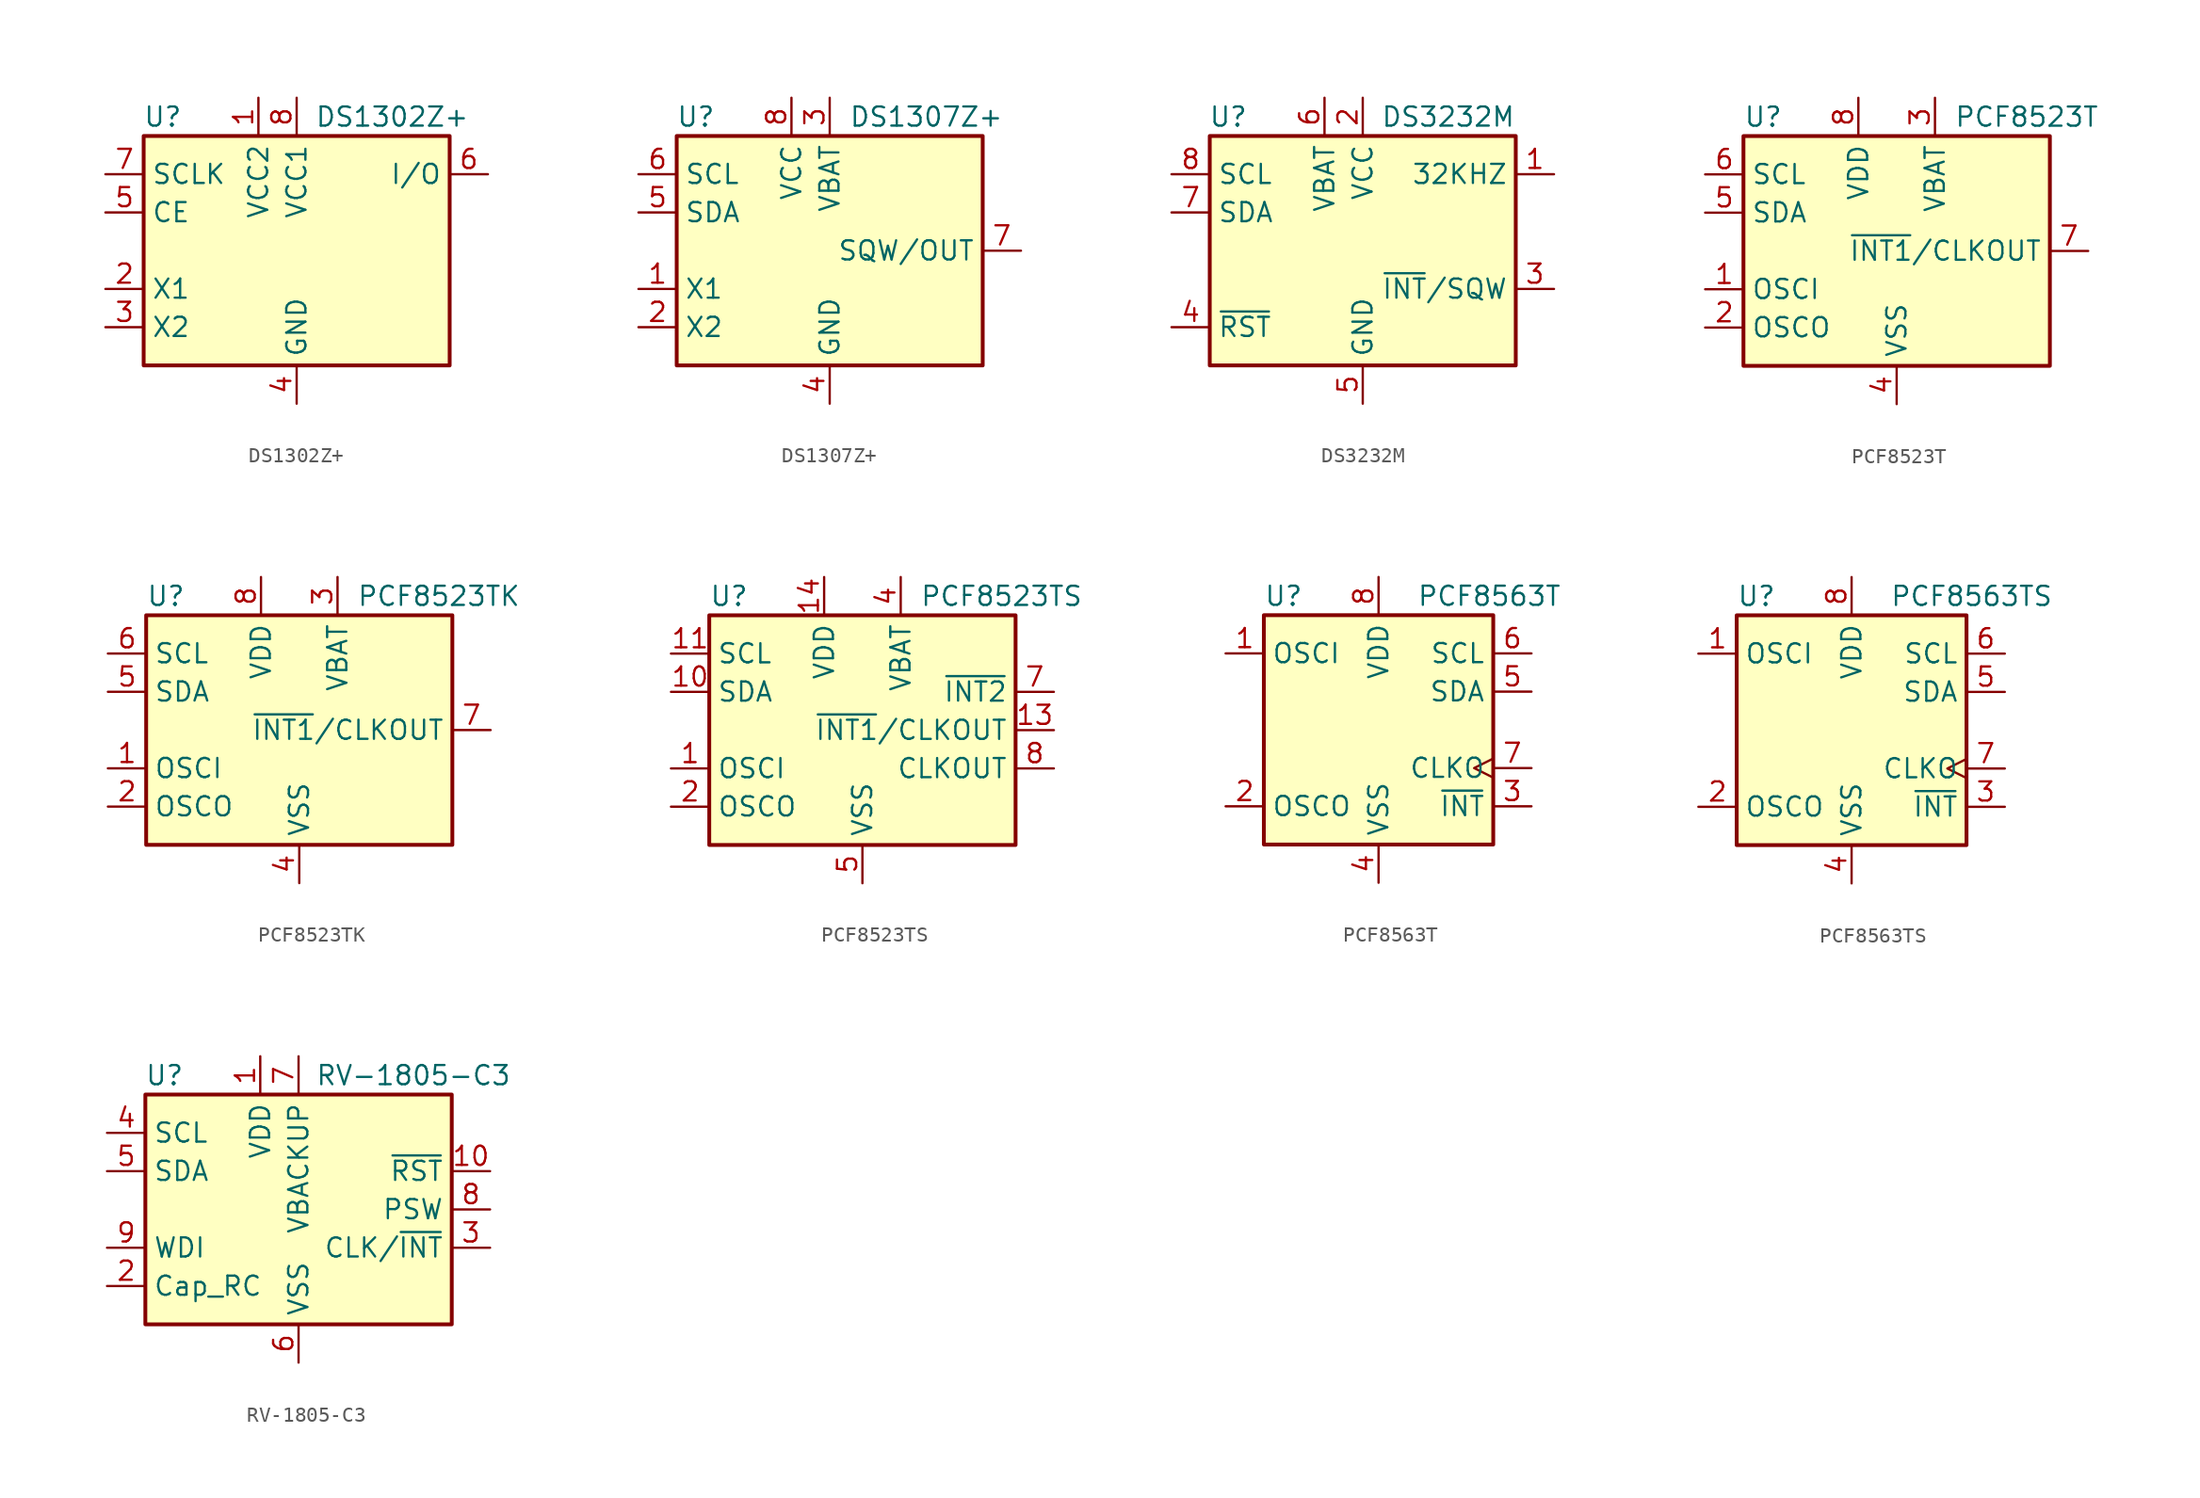
<source format=kicad_sym>
(kicad_symbol_lib
  (version 20201005)
  (generator kicad_symbol_editor)
  (symbol "DS1302Z+"
    (property "Reference" "U"
      (at -8.89 8.89 0)
      (effects (font (size 1.27 1.27))))
    (property "Value" "DS1302Z+"
      (at 6.35 8.89 0)
      (effects (font (size 1.27 1.27))))
    (symbol "DS1302Z+_1_1"
      (rectangle (start -10.16 7.62) (end 10.16 -7.62) (stroke (width 0.254)) (fill (type background)))
      (pin power_in line (at -2.54 10.16 270) (length 2.54) (name "VCC2" (effects (font (size 1.27 1.27)))) (number "1" (effects (font (size 1.27 1.27)))))
      (pin input line (at -12.7 -2.54 0) (length 2.54) (name "X1" (effects (font (size 1.27 1.27)))) (number "2" (effects (font (size 1.27 1.27)))))
      (pin input line (at -12.7 -5.08 0) (length 2.54) (name "X2" (effects (font (size 1.27 1.27)))) (number "3" (effects (font (size 1.27 1.27)))))
      (pin power_in line (at 0 -10.16 90) (length 2.54) (name "GND" (effects (font (size 1.27 1.27)))) (number "4" (effects (font (size 1.27 1.27)))))
      (pin input line (at -12.7 2.54 0) (length 2.54) (name "CE" (effects (font (size 1.27 1.27)))) (number "5" (effects (font (size 1.27 1.27)))))
      (pin bidirectional line (at 12.7 5.08 180) (length 2.54) (name "I/O" (effects (font (size 1.27 1.27)))) (number "6" (effects (font (size 1.27 1.27)))))
      (pin input line (at -12.7 5.08 0) (length 2.54) (name "SCLK" (effects (font (size 1.27 1.27)))) (number "7" (effects (font (size 1.27 1.27)))))
      (pin power_in line (at 0 10.16 270) (length 2.54) (name "VCC1" (effects (font (size 1.27 1.27)))) (number "8" (effects (font (size 1.27 1.27)))))))
  (symbol "DS1307Z+"
    (property "Reference" "U"
      (at -8.89 8.89 0)
      (effects (font (size 1.27 1.27))))
    (property "Value" "DS1307Z+"
      (at 1.27 8.89 0)
      (effects (font (size 1.27 1.27)) (justify left)))
    (symbol "DS1307Z+_0_1"
      (rectangle (start -10.16 7.62) (end 10.16 -7.62) (stroke (width 0.254)) (fill (type background))))
    (symbol "DS1307Z+_1_1"
      (pin input line (at -12.7 -2.54 0) (length 2.54) (name "X1" (effects (font (size 1.27 1.27)))) (number "1" (effects (font (size 1.27 1.27)))))
      (pin input line (at -12.7 -5.08 0) (length 2.54) (name "X2" (effects (font (size 1.27 1.27)))) (number "2" (effects (font (size 1.27 1.27)))))
      (pin power_in line (at 0 10.16 270) (length 2.54) (name "VBAT" (effects (font (size 1.27 1.27)))) (number "3" (effects (font (size 1.27 1.27)))))
      (pin power_in line (at 0 -10.16 90) (length 2.54) (name "GND" (effects (font (size 1.27 1.27)))) (number "4" (effects (font (size 1.27 1.27)))))
      (pin bidirectional line (at -12.7 2.54 0) (length 2.54) (name "SDA" (effects (font (size 1.27 1.27)))) (number "5" (effects (font (size 1.27 1.27)))))
      (pin input line (at -12.7 5.08 0) (length 2.54) (name "SCL" (effects (font (size 1.27 1.27)))) (number "6" (effects (font (size 1.27 1.27)))))
      (pin open_collector line (at 12.7 0 180) (length 2.54) (name "SQW/OUT" (effects (font (size 1.27 1.27)))) (number "7" (effects (font (size 1.27 1.27)))))
      (pin power_in line (at -2.54 10.16 270) (length 2.54) (name "VCC" (effects (font (size 1.27 1.27)))) (number "8" (effects (font (size 1.27 1.27)))))))
  (symbol "DS3232M"
    (property "Reference" "U"
      (at -7.62 8.89 0)
      (effects (font (size 1.27 1.27)) (justify right)))
    (property "Value" "DS3232M"
      (at 10.16 8.89 0)
      (effects (font (size 1.27 1.27)) (justify right)))
    (symbol "DS3232M_0_1"
      (rectangle (start -10.16 7.62) (end 10.16 -7.62) (stroke (width 0.254)) (fill (type background))))
    (symbol "DS3232M_1_1"
      (pin output line (at 12.7 5.08 180) (length 2.54) (name "32KHZ" (effects (font (size 1.27 1.27)))) (number "1" (effects (font (size 1.27 1.27)))))
      (pin power_in line (at 0 10.16 270) (length 2.54) (name "VCC" (effects (font (size 1.27 1.27)))) (number "2" (effects (font (size 1.27 1.27)))))
      (pin open_collector line (at 12.7 -2.54 180) (length 2.54) (name "~INT~/SQW" (effects (font (size 1.27 1.27)))) (number "3" (effects (font (size 1.27 1.27)))))
      (pin bidirectional line (at -12.7 -5.08 0) (length 2.54) (name "~RST" (effects (font (size 1.27 1.27)))) (number "4" (effects (font (size 1.27 1.27)))))
      (pin power_in line (at 0 -10.16 90) (length 2.54) (name "GND" (effects (font (size 1.27 1.27)))) (number "5" (effects (font (size 1.27 1.27)))))
      (pin power_in line (at -2.54 10.16 270) (length 2.54) (name "VBAT" (effects (font (size 1.27 1.27)))) (number "6" (effects (font (size 1.27 1.27)))))
      (pin bidirectional line (at -12.7 2.54 0) (length 2.54) (name "SDA" (effects (font (size 1.27 1.27)))) (number "7" (effects (font (size 1.27 1.27)))))
      (pin input line (at -12.7 5.08 0) (length 2.54) (name "SCL" (effects (font (size 1.27 1.27)))) (number "8" (effects (font (size 1.27 1.27)))))))
  (symbol "PCF8523T"
    (property "Reference" "U"
      (at -10.16 8.89 0)
      (effects (font (size 1.27 1.27)) (justify left)))
    (property "Value" "PCF8523T"
      (at 3.81 8.89 0)
      (effects (font (size 1.27 1.27)) (justify left)))
    (symbol "PCF8523T_0_1"
      (rectangle (start -10.16 7.62) (end 10.16 -7.62) (stroke (width 0.254)) (fill (type background))))
    (symbol "PCF8523T_1_1"
      (pin input line (at -12.7 -2.54 0) (length 2.54) (name "OSCI" (effects (font (size 1.27 1.27)))) (number "1" (effects (font (size 1.27 1.27)))))
      (pin output line (at -12.7 -5.08 0) (length 2.54) (name "OSCO" (effects (font (size 1.27 1.27)))) (number "2" (effects (font (size 1.27 1.27)))))
      (pin power_in line (at 2.54 10.16 270) (length 2.54) (name "VBAT" (effects (font (size 1.27 1.27)))) (number "3" (effects (font (size 1.27 1.27)))))
      (pin power_in line (at 0 -10.16 90) (length 2.54) (name "VSS" (effects (font (size 1.27 1.27)))) (number "4" (effects (font (size 1.27 1.27)))))
      (pin bidirectional line (at -12.7 2.54 0) (length 2.54) (name "SDA" (effects (font (size 1.27 1.27)))) (number "5" (effects (font (size 1.27 1.27)))))
      (pin input line (at -12.7 5.08 0) (length 2.54) (name "SCL" (effects (font (size 1.27 1.27)))) (number "6" (effects (font (size 1.27 1.27)))))
      (pin open_collector line (at 12.7 0 180) (length 2.54) (name "~INT1~/CLKOUT" (effects (font (size 1.27 1.27)))) (number "7" (effects (font (size 1.27 1.27)))))
      (pin power_in line (at -2.54 10.16 270) (length 2.54) (name "VDD" (effects (font (size 1.27 1.27)))) (number "8" (effects (font (size 1.27 1.27)))))))
  (symbol "PCF8523TK"
    (property "Reference" "U"
      (at -10.16 8.89 0)
      (effects (font (size 1.27 1.27)) (justify left)))
    (property "Value" "PCF8523TK"
      (at 3.81 8.89 0)
      (effects (font (size 1.27 1.27)) (justify left)))
    (symbol "PCF8523TK_0_1"
      (rectangle (start -10.16 7.62) (end 10.16 -7.62) (stroke (width 0.254)) (fill (type background))))
    (symbol "PCF8523TK_1_1"
      (pin input line (at -12.7 -2.54 0) (length 2.54) (name "OSCI" (effects (font (size 1.27 1.27)))) (number "1" (effects (font (size 1.27 1.27)))))
      (pin output line (at -12.7 -5.08 0) (length 2.54) (name "OSCO" (effects (font (size 1.27 1.27)))) (number "2" (effects (font (size 1.27 1.27)))))
      (pin power_in line (at 2.54 10.16 270) (length 2.54) (name "VBAT" (effects (font (size 1.27 1.27)))) (number "3" (effects (font (size 1.27 1.27)))))
      (pin power_in line (at 0 -10.16 90) (length 2.54) (name "VSS" (effects (font (size 1.27 1.27)))) (number "4" (effects (font (size 1.27 1.27)))))
      (pin bidirectional line (at -12.7 2.54 0) (length 2.54) (name "SDA" (effects (font (size 1.27 1.27)))) (number "5" (effects (font (size 1.27 1.27)))))
      (pin input line (at -12.7 5.08 0) (length 2.54) (name "SCL" (effects (font (size 1.27 1.27)))) (number "6" (effects (font (size 1.27 1.27)))))
      (pin open_collector line (at 12.7 0 180) (length 2.54) (name "~INT1~/CLKOUT" (effects (font (size 1.27 1.27)))) (number "7" (effects (font (size 1.27 1.27)))))
      (pin power_in line (at -2.54 10.16 270) (length 2.54) (name "VDD" (effects (font (size 1.27 1.27)))) (number "8" (effects (font (size 1.27 1.27)))))
      (pin passive line (at 0 -10.16 90) (length 2.54) hide (name "VSS" (effects (font (size 1.27 1.27)))) (number "9" (effects (font (size 1.27 1.27)))))))
  (symbol "PCF8523TS"
    (property "Reference" "U"
      (at -10.16 8.89 0)
      (effects (font (size 1.27 1.27)) (justify left)))
    (property "Value" "PCF8523TS"
      (at 3.81 8.89 0)
      (effects (font (size 1.27 1.27)) (justify left)))
    (symbol "PCF8523TS_0_1"
      (rectangle (start -10.16 7.62) (end 10.16 -7.62) (stroke (width 0.254)) (fill (type background))))
    (symbol "PCF8523TS_1_1"
      (pin input line (at -12.7 -2.54 0) (length 2.54) (name "OSCI" (effects (font (size 1.27 1.27)))) (number "1" (effects (font (size 1.27 1.27)))))
      (pin bidirectional line (at -12.7 2.54 0) (length 2.54) (name "SDA" (effects (font (size 1.27 1.27)))) (number "10" (effects (font (size 1.27 1.27)))))
      (pin input line (at -12.7 5.08 0) (length 2.54) (name "SCL" (effects (font (size 1.27 1.27)))) (number "11" (effects (font (size 1.27 1.27)))))
      (pin no_connect line (at 5.08 -7.62 90) (length 2.54) hide (name "NC" (effects (font (size 1.27 1.27)))) (number "12" (effects (font (size 1.27 1.27)))))
      (pin output line (at 12.7 0 180) (length 2.54) (name "~INT1~/CLKOUT" (effects (font (size 1.27 1.27)))) (number "13" (effects (font (size 1.27 1.27)))))
      (pin power_in line (at -2.54 10.16 270) (length 2.54) (name "VDD" (effects (font (size 1.27 1.27)))) (number "14" (effects (font (size 1.27 1.27)))))
      (pin output line (at -12.7 -5.08 0) (length 2.54) (name "OSCO" (effects (font (size 1.27 1.27)))) (number "2" (effects (font (size 1.27 1.27)))))
      (pin no_connect line (at -5.08 -7.62 90) (length 2.54) hide (name "NC" (effects (font (size 1.27 1.27)))) (number "3" (effects (font (size 1.27 1.27)))))
      (pin power_in line (at 2.54 10.16 270) (length 2.54) (name "VBAT" (effects (font (size 1.27 1.27)))) (number "4" (effects (font (size 1.27 1.27)))))
      (pin power_in line (at 0 -10.16 90) (length 2.54) (name "VSS" (effects (font (size 1.27 1.27)))) (number "5" (effects (font (size 1.27 1.27)))))
      (pin no_connect line (at -2.54 -7.62 90) (length 2.54) hide (name "NC" (effects (font (size 1.27 1.27)))) (number "6" (effects (font (size 1.27 1.27)))))
      (pin open_collector line (at 12.7 2.54 180) (length 2.54) (name "~INT2" (effects (font (size 1.27 1.27)))) (number "7" (effects (font (size 1.27 1.27)))))
      (pin open_collector line (at 12.7 -2.54 180) (length 2.54) (name "CLKOUT" (effects (font (size 1.27 1.27)))) (number "8" (effects (font (size 1.27 1.27)))))
      (pin no_connect line (at 2.54 -7.62 90) (length 2.54) hide (name "NC" (effects (font (size 1.27 1.27)))) (number "9" (effects (font (size 1.27 1.27)))))))
  (symbol "PCF8563T"
    (property "Reference" "U"
      (at -7.62 8.89 0)
      (effects (font (size 1.27 1.27)) (justify left)))
    (property "Value" "PCF8563T"
      (at 2.54 8.89 0)
      (effects (font (size 1.27 1.27)) (justify left)))
    (symbol "PCF8563T_0_1"
      (rectangle (start -7.62 7.62) (end 7.62 -7.62) (stroke (width 0.254)) (fill (type background))))
    (symbol "PCF8563T_1_1"
      (pin input line (at -10.16 5.08 0) (length 2.54) (name "OSCI" (effects (font (size 1.27 1.27)))) (number "1" (effects (font (size 1.27 1.27)))))
      (pin output line (at -10.16 -5.08 0) (length 2.54) (name "OSCO" (effects (font (size 1.27 1.27)))) (number "2" (effects (font (size 1.27 1.27)))))
      (pin output line (at 10.16 -5.08 180) (length 2.54) (name "~INT~" (effects (font (size 1.27 1.27)))) (number "3" (effects (font (size 1.27 1.27)))))
      (pin power_in line (at 0 -10.16 90) (length 2.54) (name "VSS" (effects (font (size 1.27 1.27)))) (number "4" (effects (font (size 1.27 1.27)))))
      (pin bidirectional line (at 10.16 2.54 180) (length 2.54) (name "SDA" (effects (font (size 1.27 1.27)))) (number "5" (effects (font (size 1.27 1.27)))))
      (pin input line (at 10.16 5.08 180) (length 2.54) (name "SCL" (effects (font (size 1.27 1.27)))) (number "6" (effects (font (size 1.27 1.27)))))
      (pin output clock (at 10.16 -2.54 180) (length 2.54) (name "CLKO" (effects (font (size 1.27 1.27)))) (number "7" (effects (font (size 1.27 1.27)))))
      (pin power_in line (at 0 10.16 270) (length 2.54) (name "VDD" (effects (font (size 1.27 1.27)))) (number "8" (effects (font (size 1.27 1.27)))))))
  (symbol "PCF8563TS"
    (property "Reference" "U"
      (at -7.62 8.89 0)
      (effects (font (size 1.27 1.27)) (justify left)))
    (property "Value" "PCF8563TS"
      (at 2.54 8.89 0)
      (effects (font (size 1.27 1.27)) (justify left)))
    (symbol "PCF8563TS_0_1"
      (rectangle (start -7.62 7.62) (end 7.62 -7.62) (stroke (width 0.254)) (fill (type background))))
    (symbol "PCF8563TS_1_1"
      (pin input line (at -10.16 5.08 0) (length 2.54) (name "OSCI" (effects (font (size 1.27 1.27)))) (number "1" (effects (font (size 1.27 1.27)))))
      (pin output line (at -10.16 -5.08 0) (length 2.54) (name "OSCO" (effects (font (size 1.27 1.27)))) (number "2" (effects (font (size 1.27 1.27)))))
      (pin output line (at 10.16 -5.08 180) (length 2.54) (name "~INT~" (effects (font (size 1.27 1.27)))) (number "3" (effects (font (size 1.27 1.27)))))
      (pin power_in line (at 0 -10.16 90) (length 2.54) (name "VSS" (effects (font (size 1.27 1.27)))) (number "4" (effects (font (size 1.27 1.27)))))
      (pin bidirectional line (at 10.16 2.54 180) (length 2.54) (name "SDA" (effects (font (size 1.27 1.27)))) (number "5" (effects (font (size 1.27 1.27)))))
      (pin input line (at 10.16 5.08 180) (length 2.54) (name "SCL" (effects (font (size 1.27 1.27)))) (number "6" (effects (font (size 1.27 1.27)))))
      (pin output clock (at 10.16 -2.54 180) (length 2.54) (name "CLKO" (effects (font (size 1.27 1.27)))) (number "7" (effects (font (size 1.27 1.27)))))
      (pin power_in line (at 0 10.16 270) (length 2.54) (name "VDD" (effects (font (size 1.27 1.27)))) (number "8" (effects (font (size 1.27 1.27)))))))
  (symbol "RV-1805-C3"
    (property "Reference" "U"
      (at -8.89 8.89 0)
      (effects (font (size 1.27 1.27))))
    (property "Value" "RV-1805-C3"
      (at 7.62 8.89 0)
      (effects (font (size 1.27 1.27))))
    (symbol "RV-1805-C3_0_1"
      (rectangle (start 10.16 7.62) (end -10.16 -7.62) (stroke (width 0.254)) (fill (type background))))
    (symbol "RV-1805-C3_1_1"
      (pin power_in line (at -2.54 10.16 270) (length 2.54) (name "VDD" (effects (font (size 1.27 1.27)))) (number "1" (effects (font (size 1.27 1.27)))))
      (pin open_collector line (at 12.7 2.54 180) (length 2.54) (name "~RST" (effects (font (size 1.27 1.27)))) (number "10" (effects (font (size 1.27 1.27)))))
      (pin passive line (at -12.7 -5.08 0) (length 2.54) (name "Cap_RC" (effects (font (size 1.27 1.27)))) (number "2" (effects (font (size 1.27 1.27)))))
      (pin open_collector line (at 12.7 -2.54 180) (length 2.54) (name "CLK/~INT" (effects (font (size 1.27 1.27)))) (number "3" (effects (font (size 1.27 1.27)))))
      (pin input line (at -12.7 5.08 0) (length 2.54) (name "SCL" (effects (font (size 1.27 1.27)))) (number "4" (effects (font (size 1.27 1.27)))))
      (pin bidirectional line (at -12.7 2.54 0) (length 2.54) (name "SDA" (effects (font (size 1.27 1.27)))) (number "5" (effects (font (size 1.27 1.27)))))
      (pin power_in line (at 0 -10.16 90) (length 2.54) (name "VSS" (effects (font (size 1.27 1.27)))) (number "6" (effects (font (size 1.27 1.27)))))
      (pin power_in line (at 0 10.16 270) (length 2.54) (name "VBACKUP" (effects (font (size 1.27 1.27)))) (number "7" (effects (font (size 1.27 1.27)))))
      (pin open_collector line (at 12.7 0 180) (length 2.54) (name "PSW" (effects (font (size 1.27 1.27)))) (number "8" (effects (font (size 1.27 1.27)))))
      (pin input line (at -12.7 -2.54 0) (length 2.54) (name "WDI" (effects (font (size 1.27 1.27)))) (number "9" (effects (font (size 1.27 1.27))))))))
</source>
